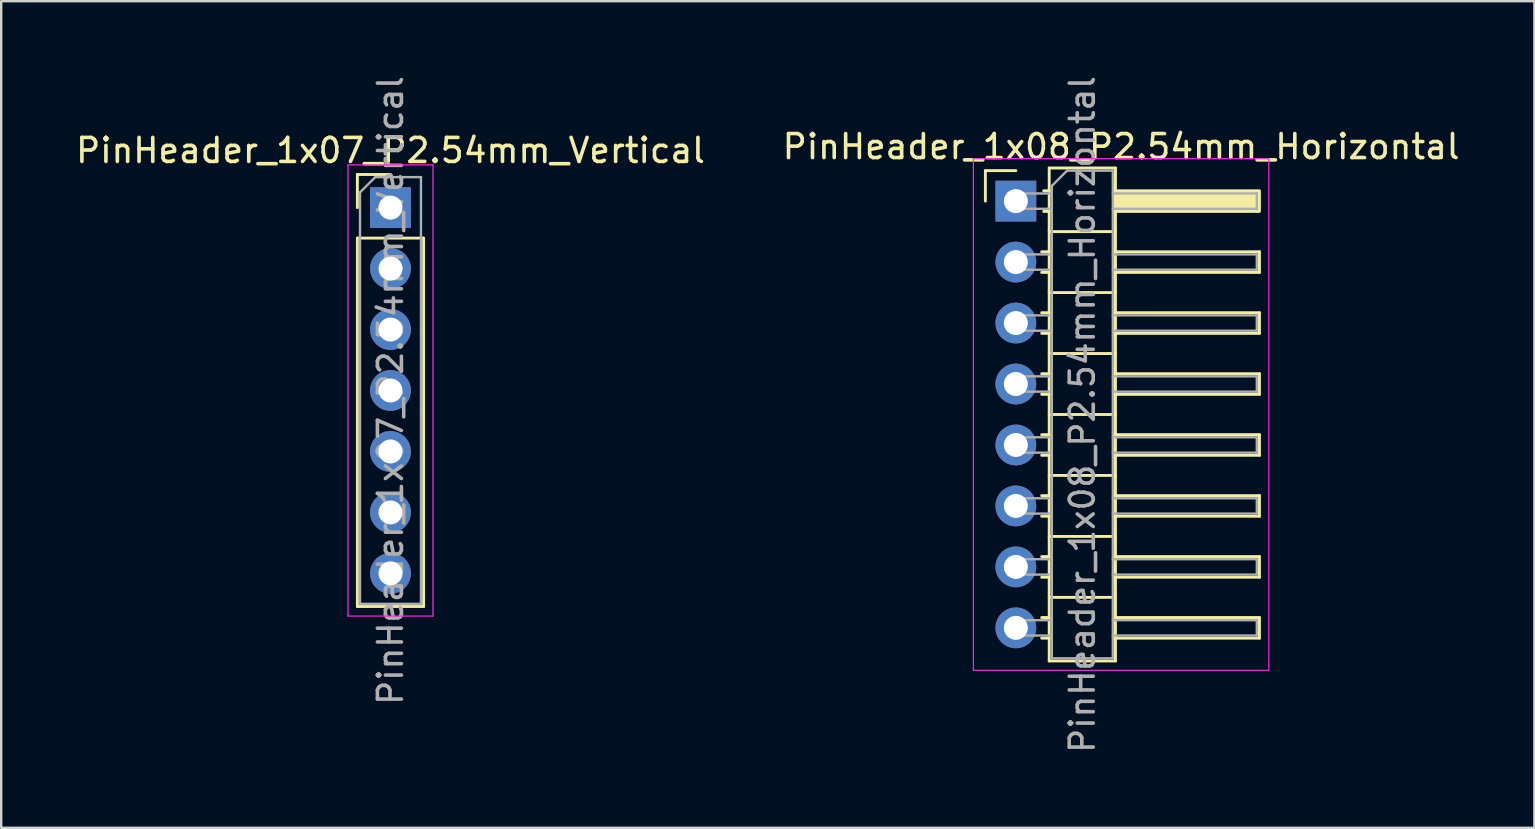
<source format=kicad_pcb>
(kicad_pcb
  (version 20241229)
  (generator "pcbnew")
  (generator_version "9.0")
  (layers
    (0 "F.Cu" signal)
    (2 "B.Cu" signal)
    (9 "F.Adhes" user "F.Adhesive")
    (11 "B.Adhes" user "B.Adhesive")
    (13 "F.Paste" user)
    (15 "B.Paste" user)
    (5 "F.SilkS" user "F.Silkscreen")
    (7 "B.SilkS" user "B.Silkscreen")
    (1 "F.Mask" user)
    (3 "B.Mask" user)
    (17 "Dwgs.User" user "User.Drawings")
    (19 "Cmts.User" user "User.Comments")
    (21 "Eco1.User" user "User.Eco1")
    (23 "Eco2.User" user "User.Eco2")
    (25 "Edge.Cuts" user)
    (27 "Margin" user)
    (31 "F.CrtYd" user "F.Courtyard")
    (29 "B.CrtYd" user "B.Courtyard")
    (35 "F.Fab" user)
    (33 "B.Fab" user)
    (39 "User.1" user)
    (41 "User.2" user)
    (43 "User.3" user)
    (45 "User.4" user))
  (footprint "PinHeader_1x08_P2.54mm_Horizontal"
    (layer "F.Cu")
    (at 39.276 5.33)
    (property "Reference" "PinHeader_1x08_P2.54mm_Horizontal" (at 4.385 -2.27 0) (layer "F.SilkS") (effects (font (size 1 1) (thickness 0.15))))
    (attr through_hole)
    (fp_line (start -1.27 -1.27) (end 0 -1.27) (stroke (width 0.12) (type solid)) (layer "F.SilkS"))
    (fp_line (start -1.27 0) (end -1.27 -1.27) (stroke (width 0.12) (type solid)) (layer "F.SilkS"))
    (fp_line (start 1.077 2.11) (end 1.39 2.11) (stroke (width 0.12) (type solid)) (layer "F.SilkS"))
    (fp_line (start 1.077 2.97) (end 1.39 2.97) (stroke (width 0.12) (type solid)) (layer "F.SilkS"))
    (fp_line (start 1.077 4.65) (end 1.39 4.65) (stroke (width 0.12) (type solid)) (layer "F.SilkS"))
    (fp_line (start 1.077 5.51) (end 1.39 5.51) (stroke (width 0.12) (type solid)) (layer "F.SilkS"))
    (fp_line (start 1.077 7.19) (end 1.39 7.19) (stroke (width 0.12) (type solid)) (layer "F.SilkS"))
    (fp_line (start 1.077 8.05) (end 1.39 8.05) (stroke (width 0.12) (type solid)) (layer "F.SilkS"))
    (fp_line (start 1.077 9.73) (end 1.39 9.73) (stroke (width 0.12) (type solid)) (layer "F.SilkS"))
    (fp_line (start 1.077 10.59) (end 1.39 10.59) (stroke (width 0.12) (type solid)) (layer "F.SilkS"))
    (fp_line (start 1.077 12.27) (end 1.39 12.27) (stroke (width 0.12) (type solid)) (layer "F.SilkS"))
    (fp_line (start 1.077 13.13) (end 1.39 13.13) (stroke (width 0.12) (type solid)) (layer "F.SilkS"))
    (fp_line (start 1.077 14.81) (end 1.39 14.81) (stroke (width 0.12) (type solid)) (layer "F.SilkS"))
    (fp_line (start 1.077 15.67) (end 1.39 15.67) (stroke (width 0.12) (type solid)) (layer "F.SilkS"))
    (fp_line (start 1.077 17.35) (end 1.39 17.35) (stroke (width 0.12) (type solid)) (layer "F.SilkS"))
    (fp_line (start 1.077 18.21) (end 1.39 18.21) (stroke (width 0.12) (type solid)) (layer "F.SilkS"))
    (fp_line (start 1.16 -0.43) (end 1.39 -0.43) (stroke (width 0.12) (type solid)) (layer "F.SilkS"))
    (fp_line (start 1.16 0.43) (end 1.39 0.43) (stroke (width 0.12) (type solid)) (layer "F.SilkS"))
    (fp_line (start 1.39 -1.38) (end 1.39 19.16) (stroke (width 0.12) (type solid)) (layer "F.SilkS"))
    (fp_line (start 1.39 1.27) (end 4.15 1.27) (stroke (width 0.12) (type solid)) (layer "F.SilkS"))
    (fp_line (start 1.39 3.81) (end 4.15 3.81) (stroke (width 0.12) (type solid)) (layer "F.SilkS"))
    (fp_line (start 1.39 6.35) (end 4.15 6.35) (stroke (width 0.12) (type solid)) (layer "F.SilkS"))
    (fp_line (start 1.39 8.89) (end 4.15 8.89) (stroke (width 0.12) (type solid)) (layer "F.SilkS"))
    (fp_line (start 1.39 11.43) (end 4.15 11.43) (stroke (width 0.12) (type solid)) (layer "F.SilkS"))
    (fp_line (start 1.39 13.97) (end 4.15 13.97) (stroke (width 0.12) (type solid)) (layer "F.SilkS"))
    (fp_line (start 1.39 16.51) (end 4.15 16.51) (stroke (width 0.12) (type solid)) (layer "F.SilkS"))
    (fp_line (start 1.39 19.16) (end 4.15 19.16) (stroke (width 0.12) (type solid)) (layer "F.SilkS"))
    (fp_line (start 4.15 -1.38) (end 1.39 -1.38) (stroke (width 0.12) (type solid)) (layer "F.SilkS"))
    (fp_line (start 4.15 2.11) (end 10.15 2.11) (stroke (width 0.12) (type solid)) (layer "F.SilkS"))
    (fp_line (start 4.15 4.65) (end 10.15 4.65) (stroke (width 0.12) (type solid)) (layer "F.SilkS"))
    (fp_line (start 4.15 7.19) (end 10.15 7.19) (stroke (width 0.12) (type solid)) (layer "F.SilkS"))
    (fp_line (start 4.15 9.73) (end 10.15 9.73) (stroke (width 0.12) (type solid)) (layer "F.SilkS"))
    (fp_line (start 4.15 12.27) (end 10.15 12.27) (stroke (width 0.12) (type solid)) (layer "F.SilkS"))
    (fp_line (start 4.15 14.81) (end 10.15 14.81) (stroke (width 0.12) (type solid)) (layer "F.SilkS"))
    (fp_line (start 4.15 17.35) (end 10.15 17.35) (stroke (width 0.12) (type solid)) (layer "F.SilkS"))
    (fp_line (start 4.15 19.16) (end 4.15 -1.38) (stroke (width 0.12) (type solid)) (layer "F.SilkS"))
    (fp_line (start 10.15 2.11) (end 10.15 2.97) (stroke (width 0.12) (type solid)) (layer "F.SilkS"))
    (fp_line (start 10.15 2.97) (end 4.15 2.97) (stroke (width 0.12) (type solid)) (layer "F.SilkS"))
    (fp_line (start 10.15 4.65) (end 10.15 5.51) (stroke (width 0.12) (type solid)) (layer "F.SilkS"))
    (fp_line (start 10.15 5.51) (end 4.15 5.51) (stroke (width 0.12) (type solid)) (layer "F.SilkS"))
    (fp_line (start 10.15 7.19) (end 10.15 8.05) (stroke (width 0.12) (type solid)) (layer "F.SilkS"))
    (fp_line (start 10.15 8.05) (end 4.15 8.05) (stroke (width 0.12) (type solid)) (layer "F.SilkS"))
    (fp_line (start 10.15 9.73) (end 10.15 10.59) (stroke (width 0.12) (type solid)) (layer "F.SilkS"))
    (fp_line (start 10.15 10.59) (end 4.15 10.59) (stroke (width 0.12) (type solid)) (layer "F.SilkS"))
    (fp_line (start 10.15 12.27) (end 10.15 13.13) (stroke (width 0.12) (type solid)) (layer "F.SilkS"))
    (fp_line (start 10.15 13.13) (end 4.15 13.13) (stroke (width 0.12) (type solid)) (layer "F.SilkS"))
    (fp_line (start 10.15 14.81) (end 10.15 15.67) (stroke (width 0.12) (type solid)) (layer "F.SilkS"))
    (fp_line (start 10.15 15.67) (end 4.15 15.67) (stroke (width 0.12) (type solid)) (layer "F.SilkS"))
    (fp_line (start 10.15 17.35) (end 10.15 18.21) (stroke (width 0.12) (type solid)) (layer "F.SilkS"))
    (fp_line (start 10.15 18.21) (end 4.15 18.21) (stroke (width 0.12) (type solid)) (layer "F.SilkS"))
    (fp_rect (start 4.15 -0.43) (end 10.15 0.43) (stroke (width 0.12) (type solid)) (fill yes) (layer "F.SilkS"))
    (fp_line (start -1.77 -1.77) (end -1.77 19.55) (stroke (width 0.05) (type solid)) (layer "F.CrtYd"))
    (fp_line (start -1.77 19.55) (end 10.54 19.55) (stroke (width 0.05) (type solid)) (layer "F.CrtYd"))
    (fp_line (start 10.54 -1.77) (end -1.77 -1.77) (stroke (width 0.05) (type solid)) (layer "F.CrtYd"))
    (fp_line (start 10.54 19.55) (end 10.54 -1.77) (stroke (width 0.05) (type solid)) (layer "F.CrtYd"))
    (fp_line (start -0.32 -0.32) (end -0.32 0.32) (stroke (width 0.1) (type solid)) (layer "F.Fab"))
    (fp_line (start -0.32 -0.32) (end 1.5 -0.32) (stroke (width 0.1) (type solid)) (layer "F.Fab"))
    (fp_line (start -0.32 0.32) (end 1.5 0.32) (stroke (width 0.1) (type solid)) (layer "F.Fab"))
    (fp_line (start -0.32 2.22) (end -0.32 2.86) (stroke (width 0.1) (type solid)) (layer "F.Fab"))
    (fp_line (start -0.32 2.22) (end 1.5 2.22) (stroke (width 0.1) (type solid)) (layer "F.Fab"))
    (fp_line (start -0.32 2.86) (end 1.5 2.86) (stroke (width 0.1) (type solid)) (layer "F.Fab"))
    (fp_line (start -0.32 4.76) (end -0.32 5.4) (stroke (width 0.1) (type solid)) (layer "F.Fab"))
    (fp_line (start -0.32 4.76) (end 1.5 4.76) (stroke (width 0.1) (type solid)) (layer "F.Fab"))
    (fp_line (start -0.32 5.4) (end 1.5 5.4) (stroke (width 0.1) (type solid)) (layer "F.Fab"))
    (fp_line (start -0.32 7.3) (end -0.32 7.94) (stroke (width 0.1) (type solid)) (layer "F.Fab"))
    (fp_line (start -0.32 7.3) (end 1.5 7.3) (stroke (width 0.1) (type solid)) (layer "F.Fab"))
    (fp_line (start -0.32 7.94) (end 1.5 7.94) (stroke (width 0.1) (type solid)) (layer "F.Fab"))
    (fp_line (start -0.32 9.84) (end -0.32 10.48) (stroke (width 0.1) (type solid)) (layer "F.Fab"))
    (fp_line (start -0.32 9.84) (end 1.5 9.84) (stroke (width 0.1) (type solid)) (layer "F.Fab"))
    (fp_line (start -0.32 10.48) (end 1.5 10.48) (stroke (width 0.1) (type solid)) (layer "F.Fab"))
    (fp_line (start -0.32 12.38) (end -0.32 13.02) (stroke (width 0.1) (type solid)) (layer "F.Fab"))
    (fp_line (start -0.32 12.38) (end 1.5 12.38) (stroke (width 0.1) (type solid)) (layer "F.Fab"))
    (fp_line (start -0.32 13.02) (end 1.5 13.02) (stroke (width 0.1) (type solid)) (layer "F.Fab"))
    (fp_line (start -0.32 14.92) (end -0.32 15.56) (stroke (width 0.1) (type solid)) (layer "F.Fab"))
    (fp_line (start -0.32 14.92) (end 1.5 14.92) (stroke (width 0.1) (type solid)) (layer "F.Fab"))
    (fp_line (start -0.32 15.56) (end 1.5 15.56) (stroke (width 0.1) (type solid)) (layer "F.Fab"))
    (fp_line (start -0.32 17.46) (end -0.32 18.1) (stroke (width 0.1) (type solid)) (layer "F.Fab"))
    (fp_line (start -0.32 17.46) (end 1.5 17.46) (stroke (width 0.1) (type solid)) (layer "F.Fab"))
    (fp_line (start -0.32 18.1) (end 1.5 18.1) (stroke (width 0.1) (type solid)) (layer "F.Fab"))
    (fp_line (start 1.5 -0.635) (end 2.135 -1.27) (stroke (width 0.1) (type solid)) (layer "F.Fab"))
    (fp_line (start 1.5 19.05) (end 1.5 -0.635) (stroke (width 0.1) (type solid)) (layer "F.Fab"))
    (fp_line (start 2.135 -1.27) (end 4.04 -1.27) (stroke (width 0.1) (type solid)) (layer "F.Fab"))
    (fp_line (start 4.04 -1.27) (end 4.04 19.05) (stroke (width 0.1) (type solid)) (layer "F.Fab"))
    (fp_line (start 4.04 -0.32) (end 10.04 -0.32) (stroke (width 0.1) (type solid)) (layer "F.Fab"))
    (fp_line (start 4.04 0.32) (end 10.04 0.32) (stroke (width 0.1) (type solid)) (layer "F.Fab"))
    (fp_line (start 4.04 2.22) (end 10.04 2.22) (stroke (width 0.1) (type solid)) (layer "F.Fab"))
    (fp_line (start 4.04 2.86) (end 10.04 2.86) (stroke (width 0.1) (type solid)) (layer "F.Fab"))
    (fp_line (start 4.04 4.76) (end 10.04 4.76) (stroke (width 0.1) (type solid)) (layer "F.Fab"))
    (fp_line (start 4.04 5.4) (end 10.04 5.4) (stroke (width 0.1) (type solid)) (layer "F.Fab"))
    (fp_line (start 4.04 7.3) (end 10.04 7.3) (stroke (width 0.1) (type solid)) (layer "F.Fab"))
    (fp_line (start 4.04 7.94) (end 10.04 7.94) (stroke (width 0.1) (type solid)) (layer "F.Fab"))
    (fp_line (start 4.04 9.84) (end 10.04 9.84) (stroke (width 0.1) (type solid)) (layer "F.Fab"))
    (fp_line (start 4.04 10.48) (end 10.04 10.48) (stroke (width 0.1) (type solid)) (layer "F.Fab"))
    (fp_line (start 4.04 12.38) (end 10.04 12.38) (stroke (width 0.1) (type solid)) (layer "F.Fab"))
    (fp_line (start 4.04 13.02) (end 10.04 13.02) (stroke (width 0.1) (type solid)) (layer "F.Fab"))
    (fp_line (start 4.04 14.92) (end 10.04 14.92) (stroke (width 0.1) (type solid)) (layer "F.Fab"))
    (fp_line (start 4.04 15.56) (end 10.04 15.56) (stroke (width 0.1) (type solid)) (layer "F.Fab"))
    (fp_line (start 4.04 17.46) (end 10.04 17.46) (stroke (width 0.1) (type solid)) (layer "F.Fab"))
    (fp_line (start 4.04 18.1) (end 10.04 18.1) (stroke (width 0.1) (type solid)) (layer "F.Fab"))
    (fp_line (start 4.04 19.05) (end 1.5 19.05) (stroke (width 0.1) (type solid)) (layer "F.Fab"))
    (fp_line (start 10.04 -0.32) (end 10.04 0.32) (stroke (width 0.1) (type solid)) (layer "F.Fab"))
    (fp_line (start 10.04 2.22) (end 10.04 2.86) (stroke (width 0.1) (type solid)) (layer "F.Fab"))
    (fp_line (start 10.04 4.76) (end 10.04 5.4) (stroke (width 0.1) (type solid)) (layer "F.Fab"))
    (fp_line (start 10.04 7.3) (end 10.04 7.94) (stroke (width 0.1) (type solid)) (layer "F.Fab"))
    (fp_line (start 10.04 9.84) (end 10.04 10.48) (stroke (width 0.1) (type solid)) (layer "F.Fab"))
    (fp_line (start 10.04 12.38) (end 10.04 13.02) (stroke (width 0.1) (type solid)) (layer "F.Fab"))
    (fp_line (start 10.04 14.92) (end 10.04 15.56) (stroke (width 0.1) (type solid)) (layer "F.Fab"))
    (fp_line (start 10.04 17.46) (end 10.04 18.1) (stroke (width 0.1) (type solid)) (layer "F.Fab"))
    (fp_text user "${REFERENCE}" (at 2.77 8.89 90) (layer "F.Fab") (effects (font (size 1 1) (thickness 0.15))))
    (pad "1" thru_hole rect (at 0 0) (size 1.7 1.7) (drill 1) (layers "*.Cu" "*.Mask"))
    (pad "2" thru_hole circle (at 0 2.54) (size 1.7 1.7) (drill 1) (layers "*.Cu" "*.Mask"))
    (pad "3" thru_hole circle (at 0 5.08) (size 1.7 1.7) (drill 1) (layers "*.Cu" "*.Mask"))
    (pad "4" thru_hole circle (at 0 7.62) (size 1.7 1.7) (drill 1) (layers "*.Cu" "*.Mask"))
    (pad "5" thru_hole circle (at 0 10.16) (size 1.7 1.7) (drill 1) (layers "*.Cu" "*.Mask"))
    (pad "6" thru_hole circle (at 0 12.7) (size 1.7 1.7) (drill 1) (layers "*.Cu" "*.Mask"))
    (pad "7" thru_hole circle (at 0 15.24) (size 1.7 1.7) (drill 1) (layers "*.Cu" "*.Mask"))
    (pad "8" thru_hole circle (at 0 17.78) (size 1.7 1.7) (drill 1) (layers "*.Cu" "*.Mask")))
  (footprint "PinHeader_1x07_P2.54mm_Vertical"
    (layer "F.Cu")
    (at 13.22 5.6)
    (property "Reference" "PinHeader_1x07_P2.54mm_Vertical" (at 0 -2.38 0) (layer "F.SilkS") (effects (font (size 1 1) (thickness 0.15))))
    (attr through_hole)
    (fp_line (start -1.38 -1.38) (end 0 -1.38) (stroke (width 0.12) (type solid)) (layer "F.SilkS"))
    (fp_line (start -1.38 0) (end -1.38 -1.38) (stroke (width 0.12) (type solid)) (layer "F.SilkS"))
    (fp_line (start -1.38 1.27) (end -1.38 16.62) (stroke (width 0.12) (type solid)) (layer "F.SilkS"))
    (fp_line (start -1.38 1.27) (end 1.38 1.27) (stroke (width 0.12) (type solid)) (layer "F.SilkS"))
    (fp_line (start -1.38 16.62) (end 1.38 16.62) (stroke (width 0.12) (type solid)) (layer "F.SilkS"))
    (fp_line (start 1.38 1.27) (end 1.38 16.62) (stroke (width 0.12) (type solid)) (layer "F.SilkS"))
    (fp_line (start -1.77 -1.78) (end -1.77 17.02) (stroke (width 0.05) (type solid)) (layer "F.CrtYd"))
    (fp_line (start -1.77 17.02) (end 1.77 17.02) (stroke (width 0.05) (type solid)) (layer "F.CrtYd"))
    (fp_line (start 1.77 -1.78) (end -1.77 -1.78) (stroke (width 0.05) (type solid)) (layer "F.CrtYd"))
    (fp_line (start 1.77 17.02) (end 1.77 -1.78) (stroke (width 0.05) (type solid)) (layer "F.CrtYd"))
    (fp_line (start -1.27 -0.635) (end -0.635 -1.27) (stroke (width 0.1) (type solid)) (layer "F.Fab"))
    (fp_line (start -1.27 16.51) (end -1.27 -0.635) (stroke (width 0.1) (type solid)) (layer "F.Fab"))
    (fp_line (start -0.635 -1.27) (end 1.27 -1.27) (stroke (width 0.1) (type solid)) (layer "F.Fab"))
    (fp_line (start 1.27 -1.27) (end 1.27 16.51) (stroke (width 0.1) (type solid)) (layer "F.Fab"))
    (fp_line (start 1.27 16.51) (end -1.27 16.51) (stroke (width 0.1) (type solid)) (layer "F.Fab"))
    (fp_text user "${REFERENCE}" (at 0 7.62 90) (layer "F.Fab") (effects (font (size 1 1) (thickness 0.15))))
    (pad "1" thru_hole rect (at 0 0) (size 1.7 1.7) (drill 1) (layers "*.Cu" "*.Mask"))
    (pad "2" thru_hole circle (at 0 2.54) (size 1.7 1.7) (drill 1) (layers "*.Cu" "*.Mask"))
    (pad "3" thru_hole circle (at 0 5.08) (size 1.7 1.7) (drill 1) (layers "*.Cu" "*.Mask"))
    (pad "4" thru_hole circle (at 0 7.62) (size 1.7 1.7) (drill 1) (layers "*.Cu" "*.Mask"))
    (pad "5" thru_hole circle (at 0 10.16) (size 1.7 1.7) (drill 1) (layers "*.Cu" "*.Mask"))
    (pad "6" thru_hole circle (at 0 12.7) (size 1.7 1.7) (drill 1) (layers "*.Cu" "*.Mask"))
    (pad "7" thru_hole circle (at 0 15.24) (size 1.7 1.7) (drill 1) (layers "*.Cu" "*.Mask")))
  (gr_rect
    (start -3 -3)
    (end 60.881 31.44)
    (stroke (width 0.1) (type default))
    (fill no)
    (layer "Edge.Cuts")))
</source>
